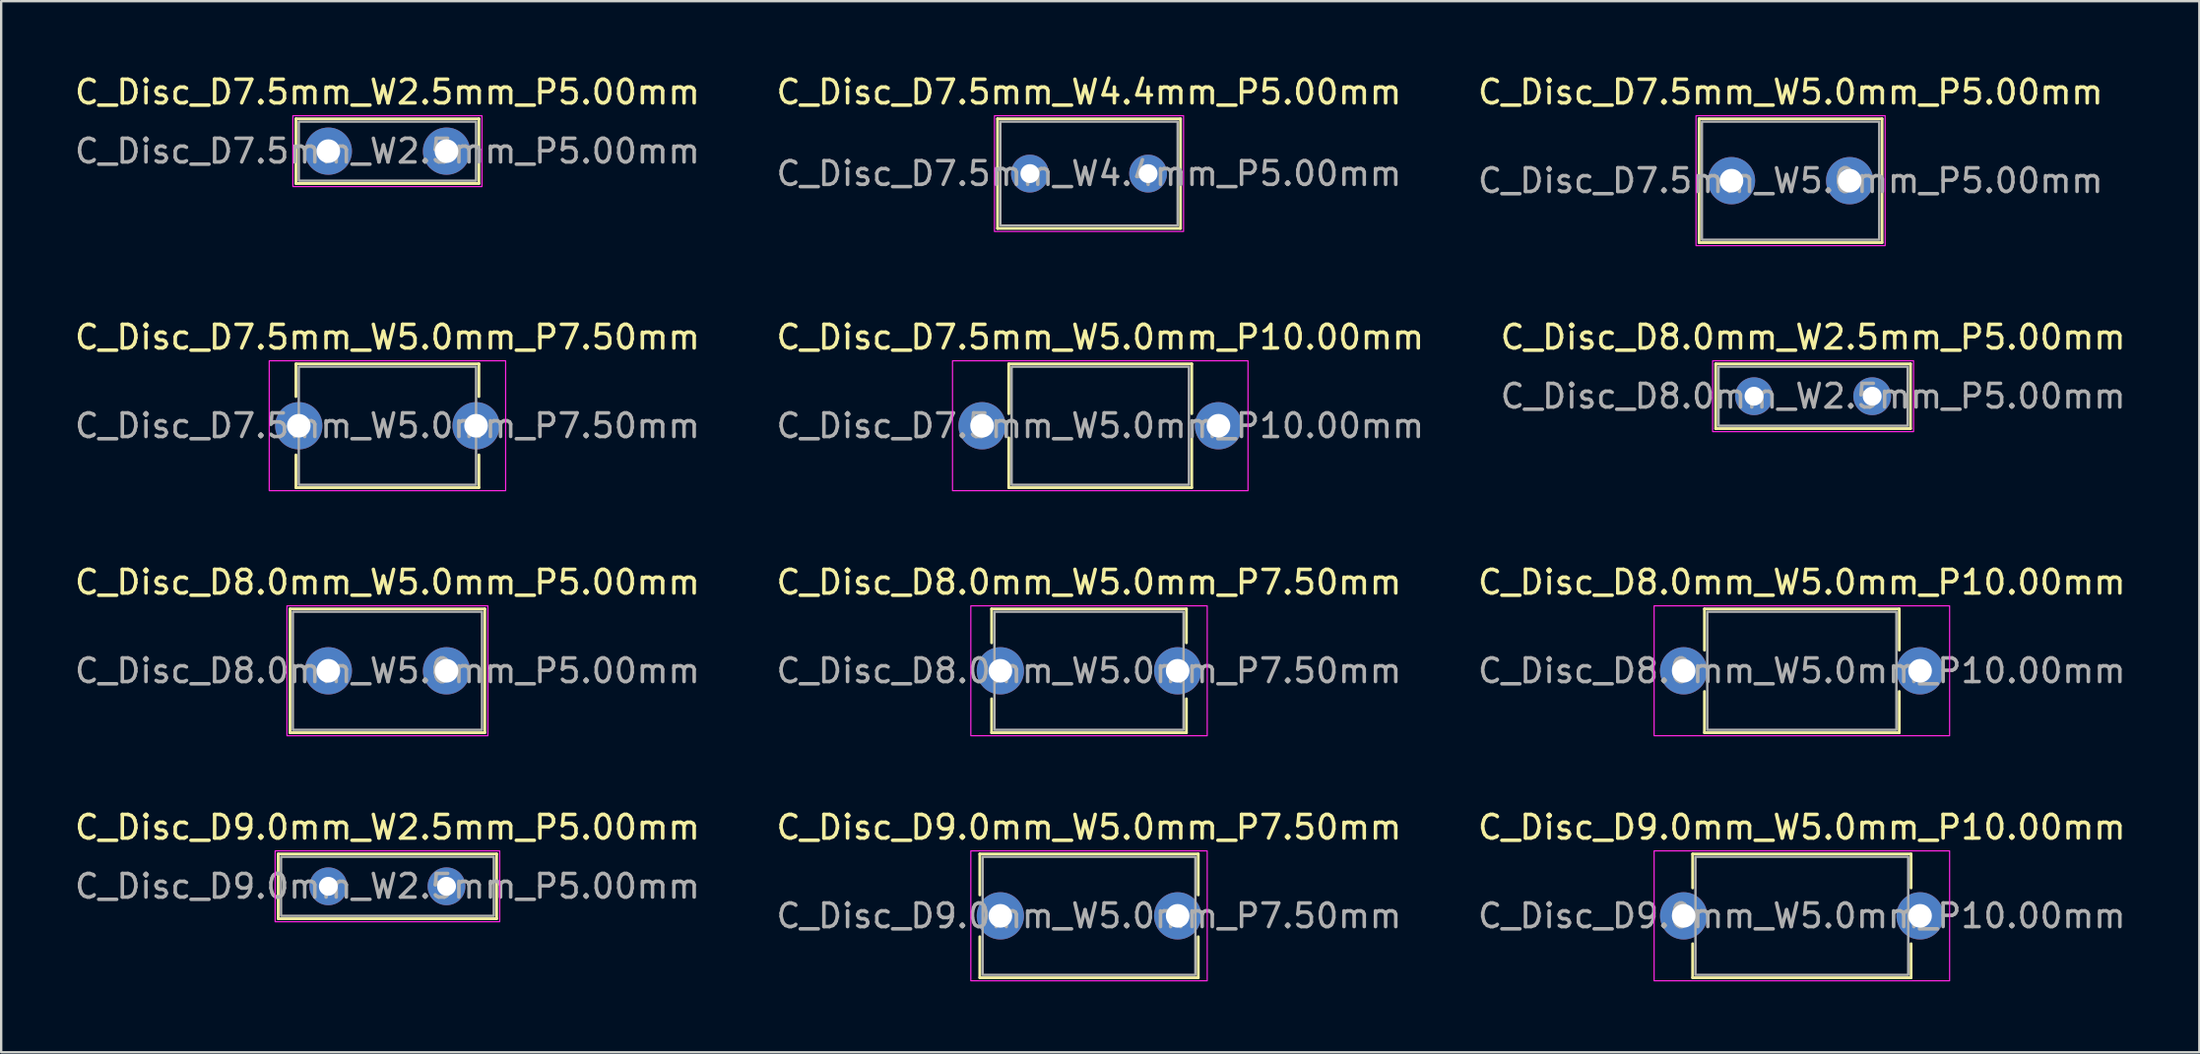
<source format=kicad_pcb>
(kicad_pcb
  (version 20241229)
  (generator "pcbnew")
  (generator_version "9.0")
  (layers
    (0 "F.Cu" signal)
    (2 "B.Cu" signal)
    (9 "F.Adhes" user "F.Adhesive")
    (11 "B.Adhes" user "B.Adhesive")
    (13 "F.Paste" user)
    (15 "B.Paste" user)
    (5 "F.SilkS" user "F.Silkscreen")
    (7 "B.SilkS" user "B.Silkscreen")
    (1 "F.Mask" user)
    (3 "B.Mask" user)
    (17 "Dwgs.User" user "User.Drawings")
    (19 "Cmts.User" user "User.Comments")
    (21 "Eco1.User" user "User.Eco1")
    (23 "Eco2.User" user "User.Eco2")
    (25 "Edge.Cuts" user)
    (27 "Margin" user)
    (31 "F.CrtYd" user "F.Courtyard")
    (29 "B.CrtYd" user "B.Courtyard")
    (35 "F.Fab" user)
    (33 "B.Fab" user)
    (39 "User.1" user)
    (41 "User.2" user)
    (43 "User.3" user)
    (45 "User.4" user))
  (footprint "C_Disc_D7.5mm_W2.5mm_P5.00mm"
    (layer "F.Cu")
    (at 10.839 3.348)
    (property "Reference" "C_Disc_D7.5mm_W2.5mm_P5.00mm" (at 2.5 -2.5 0) (layer "F.SilkS") (effects (font (size 1 1) (thickness 0.15))))
    (attr through_hole)
    (fp_line (start -1.37 -1.37) (end -1.37 1.37) (stroke (width 0.12) (type solid)) (layer "F.SilkS"))
    (fp_line (start -1.37 -1.37) (end 6.37 -1.37) (stroke (width 0.12) (type solid)) (layer "F.SilkS"))
    (fp_line (start -1.37 1.37) (end 6.37 1.37) (stroke (width 0.12) (type solid)) (layer "F.SilkS"))
    (fp_line (start 6.37 -1.37) (end 6.37 1.37) (stroke (width 0.12) (type solid)) (layer "F.SilkS"))
    (fp_rect (start -1.5 -1.5) (end 6.5 1.5) (stroke (width 0.05) (type solid)) (fill no) (layer "F.CrtYd"))
    (fp_rect (start -1.25 -1.25) (end 6.25 1.25) (stroke (width 0.1) (type solid)) (fill no) (layer "F.Fab"))
    (fp_text user "${REFERENCE}" (at 2.5 0 0) (layer "F.Fab") (effects (font (size 1 1) (thickness 0.15))))
    (pad "1" thru_hole circle (at 0 0) (size 2 2) (drill 1) (layers "*.Cu" "*.Mask"))
    (pad "2" thru_hole circle (at 5 0) (size 2 2) (drill 1) (layers "*.Cu" "*.Mask")))
  (footprint "C_Disc_D8.0mm_W5.0mm_P10.00mm"
    (layer "F.Cu")
    (at 68.173 25.345)
    (property "Reference" "C_Disc_D8.0mm_W5.0mm_P10.00mm" (at 5 -3.75 0) (layer "F.SilkS") (effects (font (size 1 1) (thickness 0.15))))
    (attr through_hole)
    (fp_line (start 0.88 -2.62) (end 0.88 -0.874) (stroke (width 0.12) (type solid)) (layer "F.SilkS"))
    (fp_line (start 0.88 -2.62) (end 9.12 -2.62) (stroke (width 0.12) (type solid)) (layer "F.SilkS"))
    (fp_line (start 0.88 0.874) (end 0.88 2.62) (stroke (width 0.12) (type solid)) (layer "F.SilkS"))
    (fp_line (start 0.88 2.62) (end 9.12 2.62) (stroke (width 0.12) (type solid)) (layer "F.SilkS"))
    (fp_line (start 9.12 -2.62) (end 9.12 -0.874) (stroke (width 0.12) (type solid)) (layer "F.SilkS"))
    (fp_line (start 9.12 0.874) (end 9.12 2.62) (stroke (width 0.12) (type solid)) (layer "F.SilkS"))
    (fp_rect (start -1.25 -2.75) (end 11.25 2.75) (stroke (width 0.05) (type solid)) (fill no) (layer "F.CrtYd"))
    (fp_rect (start 1 -2.5) (end 9 2.5) (stroke (width 0.1) (type solid)) (fill no) (layer "F.Fab"))
    (fp_text user "${REFERENCE}" (at 5 0 0) (layer "F.Fab") (effects (font (size 1 1) (thickness 0.15))))
    (pad "1" thru_hole circle (at 0 0) (size 2 2) (drill 1) (layers "*.Cu" "*.Mask"))
    (pad "2" thru_hole circle (at 10 0) (size 2 2) (drill 1) (layers "*.Cu" "*.Mask")))
  (footprint "C_Disc_D9.0mm_W5.0mm_P7.50mm"
    (layer "F.Cu")
    (at 39.268 35.718)
    (property "Reference" "C_Disc_D9.0mm_W5.0mm_P7.50mm" (at 3.75 -3.75 0) (layer "F.SilkS") (effects (font (size 1 1) (thickness 0.15))))
    (attr through_hole)
    (fp_line (start -0.87 -2.62) (end -0.87 -0.884) (stroke (width 0.12) (type solid)) (layer "F.SilkS"))
    (fp_line (start -0.87 -2.62) (end 8.37 -2.62) (stroke (width 0.12) (type solid)) (layer "F.SilkS"))
    (fp_line (start -0.87 0.884) (end -0.87 2.62) (stroke (width 0.12) (type solid)) (layer "F.SilkS"))
    (fp_line (start -0.87 2.62) (end 8.37 2.62) (stroke (width 0.12) (type solid)) (layer "F.SilkS"))
    (fp_line (start 8.37 -2.62) (end 8.37 -0.884) (stroke (width 0.12) (type solid)) (layer "F.SilkS"))
    (fp_line (start 8.37 0.884) (end 8.37 2.62) (stroke (width 0.12) (type solid)) (layer "F.SilkS"))
    (fp_rect (start -1.25 -2.75) (end 8.75 2.75) (stroke (width 0.05) (type solid)) (fill no) (layer "F.CrtYd"))
    (fp_rect (start -0.75 -2.5) (end 8.25 2.5) (stroke (width 0.1) (type solid)) (fill no) (layer "F.Fab"))
    (fp_text user "${REFERENCE}" (at 3.75 0 0) (layer "F.Fab") (effects (font (size 1 1) (thickness 0.15))))
    (pad "1" thru_hole circle (at 0 0) (size 2 2) (drill 1) (layers "*.Cu" "*.Mask"))
    (pad "2" thru_hole circle (at 7.5 0) (size 2 2) (drill 1) (layers "*.Cu" "*.Mask")))
  (footprint "C_Disc_D9.0mm_W5.0mm_P10.00mm"
    (layer "F.Cu")
    (at 68.173 35.718)
    (property "Reference" "C_Disc_D9.0mm_W5.0mm_P10.00mm" (at 5 -3.75 0) (layer "F.SilkS") (effects (font (size 1 1) (thickness 0.15))))
    (attr through_hole)
    (fp_line (start 0.38 -2.62) (end 0.38 -1.18) (stroke (width 0.12) (type solid)) (layer "F.SilkS"))
    (fp_line (start 0.38 -2.62) (end 9.62 -2.62) (stroke (width 0.12) (type solid)) (layer "F.SilkS"))
    (fp_line (start 0.38 1.18) (end 0.38 2.62) (stroke (width 0.12) (type solid)) (layer "F.SilkS"))
    (fp_line (start 0.38 2.62) (end 9.62 2.62) (stroke (width 0.12) (type solid)) (layer "F.SilkS"))
    (fp_line (start 9.62 -2.62) (end 9.62 -1.18) (stroke (width 0.12) (type solid)) (layer "F.SilkS"))
    (fp_line (start 9.62 1.18) (end 9.62 2.62) (stroke (width 0.12) (type solid)) (layer "F.SilkS"))
    (fp_rect (start -1.25 -2.75) (end 11.25 2.75) (stroke (width 0.05) (type solid)) (fill no) (layer "F.CrtYd"))
    (fp_rect (start 0.5 -2.5) (end 9.5 2.5) (stroke (width 0.1) (type solid)) (fill no) (layer "F.Fab"))
    (fp_text user "${REFERENCE}" (at 5 0 0) (layer "F.Fab") (effects (font (size 1 1) (thickness 0.15))))
    (pad "1" thru_hole circle (at 0 0) (size 2 2) (drill 1) (layers "*.Cu" "*.Mask"))
    (pad "2" thru_hole circle (at 10 0) (size 2 2) (drill 1) (layers "*.Cu" "*.Mask")))
  (footprint "C_Disc_D7.5mm_W5.0mm_P10.00mm"
    (layer "F.Cu")
    (at 38.494 14.972)
    (property "Reference" "C_Disc_D7.5mm_W5.0mm_P10.00mm" (at 5 -3.75 0) (layer "F.SilkS") (effects (font (size 1 1) (thickness 0.15))))
    (attr through_hole)
    (fp_line (start 1.13 -2.62) (end 1.13 -0.511) (stroke (width 0.12) (type solid)) (layer "F.SilkS"))
    (fp_line (start 1.13 -2.62) (end 8.87 -2.62) (stroke (width 0.12) (type solid)) (layer "F.SilkS"))
    (fp_line (start 1.13 0.511) (end 1.13 2.62) (stroke (width 0.12) (type solid)) (layer "F.SilkS"))
    (fp_line (start 1.13 2.62) (end 8.87 2.62) (stroke (width 0.12) (type solid)) (layer "F.SilkS"))
    (fp_line (start 8.87 -2.62) (end 8.87 -0.511) (stroke (width 0.12) (type solid)) (layer "F.SilkS"))
    (fp_line (start 8.87 0.511) (end 8.87 2.62) (stroke (width 0.12) (type solid)) (layer "F.SilkS"))
    (fp_rect (start -1.25 -2.75) (end 11.25 2.75) (stroke (width 0.05) (type solid)) (fill no) (layer "F.CrtYd"))
    (fp_rect (start 1.25 -2.5) (end 8.75 2.5) (stroke (width 0.1) (type solid)) (fill no) (layer "F.Fab"))
    (fp_text user "${REFERENCE}" (at 5 0 0) (layer "F.Fab") (effects (font (size 1 1) (thickness 0.15))))
    (pad "1" thru_hole circle (at 0 0) (size 2 2) (drill 1) (layers "*.Cu" "*.Mask"))
    (pad "2" thru_hole circle (at 10 0) (size 2 2) (drill 1) (layers "*.Cu" "*.Mask")))
  (footprint "C_Disc_D7.5mm_W5.0mm_P7.50mm"
    (layer "F.Cu")
    (at 9.589 14.972)
    (property "Reference" "C_Disc_D7.5mm_W5.0mm_P7.50mm" (at 3.75 -3.75 0) (layer "F.SilkS") (effects (font (size 1 1) (thickness 0.15))))
    (attr through_hole)
    (fp_line (start -0.12 -2.62) (end -0.12 -1.234) (stroke (width 0.12) (type solid)) (layer "F.SilkS"))
    (fp_line (start -0.12 -2.62) (end 7.62 -2.62) (stroke (width 0.12) (type solid)) (layer "F.SilkS"))
    (fp_line (start -0.12 1.234) (end -0.12 2.62) (stroke (width 0.12) (type solid)) (layer "F.SilkS"))
    (fp_line (start -0.12 2.62) (end 7.62 2.62) (stroke (width 0.12) (type solid)) (layer "F.SilkS"))
    (fp_line (start 7.62 -2.62) (end 7.62 -1.234) (stroke (width 0.12) (type solid)) (layer "F.SilkS"))
    (fp_line (start 7.62 1.234) (end 7.62 2.62) (stroke (width 0.12) (type solid)) (layer "F.SilkS"))
    (fp_rect (start -1.25 -2.75) (end 8.75 2.75) (stroke (width 0.05) (type solid)) (fill no) (layer "F.CrtYd"))
    (fp_rect (start 0 -2.5) (end 7.5 2.5) (stroke (width 0.1) (type solid)) (fill no) (layer "F.Fab"))
    (fp_text user "${REFERENCE}" (at 3.75 0 0) (layer "F.Fab") (effects (font (size 1 1) (thickness 0.15))))
    (pad "1" thru_hole circle (at 0 0) (size 2 2) (drill 1) (layers "*.Cu" "*.Mask"))
    (pad "2" thru_hole circle (at 7.5 0) (size 2 2) (drill 1) (layers "*.Cu" "*.Mask")))
  (footprint "C_Disc_D8.0mm_W2.5mm_P5.00mm"
    (layer "F.Cu")
    (at 71.149 13.722)
    (property "Reference" "C_Disc_D8.0mm_W2.5mm_P5.00mm" (at 2.5 -2.5 0) (layer "F.SilkS") (effects (font (size 1 1) (thickness 0.15))))
    (attr through_hole)
    (fp_line (start -1.62 -1.37) (end -1.62 1.37) (stroke (width 0.12) (type solid)) (layer "F.SilkS"))
    (fp_line (start -1.62 -1.37) (end 6.62 -1.37) (stroke (width 0.12) (type solid)) (layer "F.SilkS"))
    (fp_line (start -1.62 1.37) (end 6.62 1.37) (stroke (width 0.12) (type solid)) (layer "F.SilkS"))
    (fp_line (start 6.62 -1.37) (end 6.62 1.37) (stroke (width 0.12) (type solid)) (layer "F.SilkS"))
    (fp_rect (start -1.75 -1.5) (end 6.75 1.5) (stroke (width 0.05) (type solid)) (fill no) (layer "F.CrtYd"))
    (fp_rect (start -1.5 -1.25) (end 6.5 1.25) (stroke (width 0.1) (type solid)) (fill no) (layer "F.Fab"))
    (fp_text user "${REFERENCE}" (at 2.5 0 0) (layer "F.Fab") (effects (font (size 1 1) (thickness 0.15))))
    (pad "1" thru_hole circle (at 0 0) (size 1.6 1.6) (drill 0.8) (layers "*.Cu" "*.Mask"))
    (pad "2" thru_hole circle (at 5 0) (size 1.6 1.6) (drill 0.8) (layers "*.Cu" "*.Mask")))
  (footprint "C_Disc_D9.0mm_W2.5mm_P5.00mm"
    (layer "F.Cu")
    (at 10.839 34.468)
    (property "Reference" "C_Disc_D9.0mm_W2.5mm_P5.00mm" (at 2.5 -2.5 0) (layer "F.SilkS") (effects (font (size 1 1) (thickness 0.15))))
    (attr through_hole)
    (fp_line (start -2.12 -1.37) (end -2.12 1.37) (stroke (width 0.12) (type solid)) (layer "F.SilkS"))
    (fp_line (start -2.12 -1.37) (end 7.12 -1.37) (stroke (width 0.12) (type solid)) (layer "F.SilkS"))
    (fp_line (start -2.12 1.37) (end 7.12 1.37) (stroke (width 0.12) (type solid)) (layer "F.SilkS"))
    (fp_line (start 7.12 -1.37) (end 7.12 1.37) (stroke (width 0.12) (type solid)) (layer "F.SilkS"))
    (fp_rect (start -2.25 -1.5) (end 7.25 1.5) (stroke (width 0.05) (type solid)) (fill no) (layer "F.CrtYd"))
    (fp_rect (start -2 -1.25) (end 7 1.25) (stroke (width 0.1) (type solid)) (fill no) (layer "F.Fab"))
    (fp_text user "${REFERENCE}" (at 2.5 0 0) (layer "F.Fab") (effects (font (size 1 1) (thickness 0.15))))
    (pad "1" thru_hole circle (at 0 0) (size 1.6 1.6) (drill 0.8) (layers "*.Cu" "*.Mask"))
    (pad "2" thru_hole circle (at 5 0) (size 1.6 1.6) (drill 0.8) (layers "*.Cu" "*.Mask")))
  (footprint "C_Disc_D7.5mm_W5.0mm_P5.00mm"
    (layer "F.Cu")
    (at 70.196 4.598)
    (property "Reference" "C_Disc_D7.5mm_W5.0mm_P5.00mm" (at 2.5 -3.75 0) (layer "F.SilkS") (effects (font (size 1 1) (thickness 0.15))))
    (attr through_hole)
    (fp_line (start -1.37 -2.62) (end -1.37 2.62) (stroke (width 0.12) (type solid)) (layer "F.SilkS"))
    (fp_line (start -1.37 -2.62) (end 6.37 -2.62) (stroke (width 0.12) (type solid)) (layer "F.SilkS"))
    (fp_line (start -1.37 2.62) (end 6.37 2.62) (stroke (width 0.12) (type solid)) (layer "F.SilkS"))
    (fp_line (start 6.37 -2.62) (end 6.37 2.62) (stroke (width 0.12) (type solid)) (layer "F.SilkS"))
    (fp_rect (start -1.5 -2.75) (end 6.5 2.75) (stroke (width 0.05) (type solid)) (fill no) (layer "F.CrtYd"))
    (fp_rect (start -1.25 -2.5) (end 6.25 2.5) (stroke (width 0.1) (type solid)) (fill no) (layer "F.Fab"))
    (fp_text user "${REFERENCE}" (at 2.5 0 0) (layer "F.Fab") (effects (font (size 1 1) (thickness 0.15))))
    (pad "1" thru_hole circle (at 0 0) (size 2 2) (drill 1) (layers "*.Cu" "*.Mask"))
    (pad "2" thru_hole circle (at 5 0) (size 2 2) (drill 1) (layers "*.Cu" "*.Mask")))
  (footprint "C_Disc_D8.0mm_W5.0mm_P5.00mm"
    (layer "F.Cu")
    (at 10.839 25.345)
    (property "Reference" "C_Disc_D8.0mm_W5.0mm_P5.00mm" (at 2.5 -3.75 0) (layer "F.SilkS") (effects (font (size 1 1) (thickness 0.15))))
    (attr through_hole)
    (fp_line (start -1.62 -2.62) (end -1.62 2.62) (stroke (width 0.12) (type solid)) (layer "F.SilkS"))
    (fp_line (start -1.62 -2.62) (end 6.62 -2.62) (stroke (width 0.12) (type solid)) (layer "F.SilkS"))
    (fp_line (start -1.62 2.62) (end 6.62 2.62) (stroke (width 0.12) (type solid)) (layer "F.SilkS"))
    (fp_line (start 6.62 -2.62) (end 6.62 2.62) (stroke (width 0.12) (type solid)) (layer "F.SilkS"))
    (fp_rect (start -1.75 -2.75) (end 6.75 2.75) (stroke (width 0.05) (type solid)) (fill no) (layer "F.CrtYd"))
    (fp_rect (start -1.5 -2.5) (end 6.5 2.5) (stroke (width 0.1) (type solid)) (fill no) (layer "F.Fab"))
    (fp_text user "${REFERENCE}" (at 2.5 0 0) (layer "F.Fab") (effects (font (size 1 1) (thickness 0.15))))
    (pad "1" thru_hole circle (at 0 0) (size 2 2) (drill 1) (layers "*.Cu" "*.Mask"))
    (pad "2" thru_hole circle (at 5 0) (size 2 2) (drill 1) (layers "*.Cu" "*.Mask")))
  (footprint "C_Disc_D8.0mm_W5.0mm_P7.50mm"
    (layer "F.Cu")
    (at 39.268 25.345)
    (property "Reference" "C_Disc_D8.0mm_W5.0mm_P7.50mm" (at 3.75 -3.75 0) (layer "F.SilkS") (effects (font (size 1 1) (thickness 0.15))))
    (attr through_hole)
    (fp_line (start -0.37 -2.62) (end -0.37 -1.184) (stroke (width 0.12) (type solid)) (layer "F.SilkS"))
    (fp_line (start -0.37 -2.62) (end 7.87 -2.62) (stroke (width 0.12) (type solid)) (layer "F.SilkS"))
    (fp_line (start -0.37 1.184) (end -0.37 2.62) (stroke (width 0.12) (type solid)) (layer "F.SilkS"))
    (fp_line (start -0.37 2.62) (end 7.87 2.62) (stroke (width 0.12) (type solid)) (layer "F.SilkS"))
    (fp_line (start 7.87 -2.62) (end 7.87 -1.184) (stroke (width 0.12) (type solid)) (layer "F.SilkS"))
    (fp_line (start 7.87 1.184) (end 7.87 2.62) (stroke (width 0.12) (type solid)) (layer "F.SilkS"))
    (fp_rect (start -1.25 -2.75) (end 8.75 2.75) (stroke (width 0.05) (type solid)) (fill no) (layer "F.CrtYd"))
    (fp_rect (start -0.25 -2.5) (end 7.75 2.5) (stroke (width 0.1) (type solid)) (fill no) (layer "F.Fab"))
    (fp_text user "${REFERENCE}" (at 3.75 0 0) (layer "F.Fab") (effects (font (size 1 1) (thickness 0.15))))
    (pad "1" thru_hole circle (at 0 0) (size 2 2) (drill 1) (layers "*.Cu" "*.Mask"))
    (pad "2" thru_hole circle (at 7.5 0) (size 2 2) (drill 1) (layers "*.Cu" "*.Mask")))
  (footprint "C_Disc_D7.5mm_W4.4mm_P5.00mm"
    (layer "F.Cu")
    (at 40.518 4.298)
    (property "Reference" "C_Disc_D7.5mm_W4.4mm_P5.00mm" (at 2.5 -3.45 0) (layer "F.SilkS") (effects (font (size 1 1) (thickness 0.15))))
    (attr through_hole)
    (fp_line (start -1.37 -2.32) (end -1.37 2.32) (stroke (width 0.12) (type solid)) (layer "F.SilkS"))
    (fp_line (start -1.37 -2.32) (end 6.37 -2.32) (stroke (width 0.12) (type solid)) (layer "F.SilkS"))
    (fp_line (start -1.37 2.32) (end 6.37 2.32) (stroke (width 0.12) (type solid)) (layer "F.SilkS"))
    (fp_line (start 6.37 -2.32) (end 6.37 2.32) (stroke (width 0.12) (type solid)) (layer "F.SilkS"))
    (fp_rect (start -1.5 -2.45) (end 6.5 2.45) (stroke (width 0.05) (type solid)) (fill no) (layer "F.CrtYd"))
    (fp_rect (start -1.25 -2.2) (end 6.25 2.2) (stroke (width 0.1) (type solid)) (fill no) (layer "F.Fab"))
    (fp_text user "${REFERENCE}" (at 2.5 0 0) (layer "F.Fab") (effects (font (size 1 1) (thickness 0.15))))
    (pad "1" thru_hole circle (at 0 0) (size 1.6 1.6) (drill 0.8) (layers "*.Cu" "*.Mask"))
    (pad "2" thru_hole circle (at 5 0) (size 1.6 1.6) (drill 0.8) (layers "*.Cu" "*.Mask")))
  (gr_rect
    (start -3 -3)
    (end 89.988 41.493)
    (stroke (width 0.1) (type default))
    (fill no)
    (layer "Edge.Cuts")))
</source>
